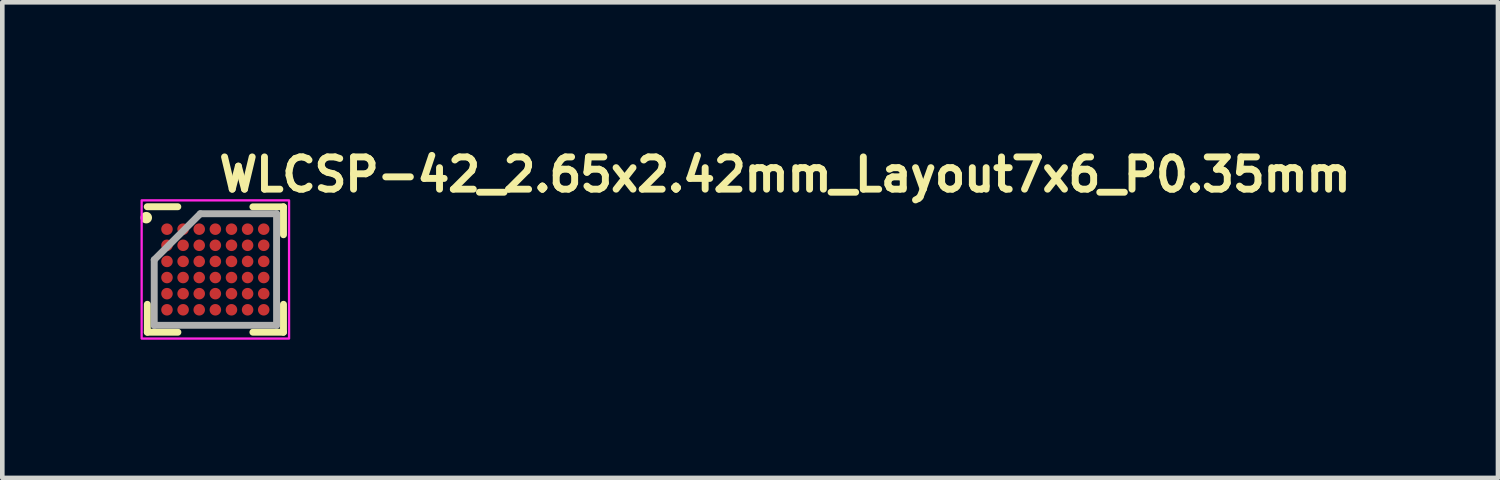
<source format=kicad_pcb>
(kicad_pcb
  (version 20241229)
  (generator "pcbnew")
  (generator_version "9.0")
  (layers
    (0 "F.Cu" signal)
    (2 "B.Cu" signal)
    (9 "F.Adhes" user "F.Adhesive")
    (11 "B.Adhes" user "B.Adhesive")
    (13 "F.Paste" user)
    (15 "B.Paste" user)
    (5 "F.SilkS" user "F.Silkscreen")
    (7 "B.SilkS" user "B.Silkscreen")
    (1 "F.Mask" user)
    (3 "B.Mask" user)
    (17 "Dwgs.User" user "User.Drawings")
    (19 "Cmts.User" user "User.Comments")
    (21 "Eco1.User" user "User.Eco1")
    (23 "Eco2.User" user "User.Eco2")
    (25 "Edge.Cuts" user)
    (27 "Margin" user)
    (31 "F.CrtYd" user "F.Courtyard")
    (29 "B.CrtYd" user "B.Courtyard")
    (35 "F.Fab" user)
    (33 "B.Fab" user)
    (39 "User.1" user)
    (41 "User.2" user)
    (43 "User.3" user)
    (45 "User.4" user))
  (footprint "WLCSP-42_2.65x2.42mm_Layout7x6_P0.35mm"
    (layer "F.Cu")
    (at 1.625 2.8)
    (property "Reference" "WLCSP-42_2.65x2.42mm_Layout7x6_P0.35mm" (at 0.001 -1.65 0) (layer "F.SilkS") (effects (font (size 0.7 0.7) (thickness 0.15)) (justify left bottom)))
    (attr smd)
    (fp_line (start -1.477 1.362) (end -1.477 0.756) (stroke (width 0.15) (type solid)) (layer "F.SilkS"))
    (fp_line (start -0.815 -1.362) (end -1.479 -1.362) (stroke (width 0.15) (type solid)) (layer "F.SilkS"))
    (fp_line (start -0.813 1.362) (end -1.477 1.362) (stroke (width 0.15) (type solid)) (layer "F.SilkS"))
    (fp_line (start 0.815 -1.36) (end 1.479 -1.36) (stroke (width 0.15) (type solid)) (layer "F.SilkS"))
    (fp_line (start 0.815 1.362) (end 1.479 1.362) (stroke (width 0.15) (type solid)) (layer "F.SilkS"))
    (fp_line (start 1.479 -1.36) (end 1.479 -0.754) (stroke (width 0.15) (type solid)) (layer "F.SilkS"))
    (fp_line (start 1.479 1.362) (end 1.479 0.756) (stroke (width 0.15) (type solid)) (layer "F.SilkS"))
    (fp_circle (center -1.5 -1.125) (end -1.45 -1.125) (stroke (width 0.15) (type solid)) (fill yes) (layer "F.SilkS"))
    (fp_rect (start -1.6 -1.5) (end 1.6 1.5) (stroke (width 0.05) (type solid)) (fill no) (layer "F.CrtYd"))
    (fp_line (start -1.327 -0.21) (end -1.327 1.212) (stroke (width 0.15) (type solid)) (layer "F.Fab"))
    (fp_line (start -1.327 1.212) (end 1.329 1.212) (stroke (width 0.15) (type solid)) (layer "F.Fab"))
    (fp_line (start -0.327 -1.21) (end -1.327 -0.21) (stroke (width 0.15) (type solid)) (layer "F.Fab"))
    (fp_line (start 1.329 -1.21) (end -0.327 -1.21) (stroke (width 0.15) (type solid)) (layer "F.Fab"))
    (fp_line (start 1.329 1.212) (end 1.329 -1.21) (stroke (width 0.15) (type solid)) (layer "F.Fab"))
    (fp_rect (start -1.327 -1.211) (end 1.328 1.211) (stroke (width 0.1) (type solid)) (fill no) (layer "User.5"))
    (fp_line (start -1.327 -1.211) (end -1.327 1.211) (stroke (width 0.02) (type solid)) (layer "User.9"))
    (fp_line (start -1.327 1.211) (end 1.328 1.211) (stroke (width 0.02) (type solid)) (layer "User.9"))
    (fp_line (start 1.328 -1.211) (end -1.327 -1.211) (stroke (width 0.02) (type solid)) (layer "User.9"))
    (fp_line (start 1.328 1.211) (end 1.328 -1.211) (stroke (width 0.02) (type solid)) (layer "User.9"))
    (pad "A1" smd circle (at -1.05 -0.875) (size 0.25 0.25) (layers "F.Cu" "F.Mask" "F.Paste"))
    (pad "A2" smd circle (at -0.7 -0.875) (size 0.25 0.25) (layers "F.Cu" "F.Mask" "F.Paste"))
    (pad "A3" smd circle (at -0.35 -0.875) (size 0.25 0.25) (layers "F.Cu" "F.Mask" "F.Paste"))
    (pad "A4" smd circle (at 0 -0.875) (size 0.25 0.25) (layers "F.Cu" "F.Mask" "F.Paste"))
    (pad "A5" smd circle (at 0.35 -0.875) (size 0.25 0.25) (layers "F.Cu" "F.Mask" "F.Paste"))
    (pad "A6" smd circle (at 0.7 -0.875) (size 0.25 0.25) (layers "F.Cu" "F.Mask" "F.Paste"))
    (pad "A7" smd circle (at 1.05 -0.875) (size 0.25 0.25) (layers "F.Cu" "F.Mask" "F.Paste"))
    (pad "B1" smd circle (at -1.05 -0.525) (size 0.25 0.25) (layers "F.Cu" "F.Mask" "F.Paste"))
    (pad "B2" smd circle (at -0.7 -0.525) (size 0.25 0.25) (layers "F.Cu" "F.Mask" "F.Paste"))
    (pad "B3" smd circle (at -0.35 -0.525) (size 0.25 0.25) (layers "F.Cu" "F.Mask" "F.Paste"))
    (pad "B4" smd circle (at 0 -0.525) (size 0.25 0.25) (layers "F.Cu" "F.Mask" "F.Paste"))
    (pad "B5" smd circle (at 0.35 -0.525) (size 0.25 0.25) (layers "F.Cu" "F.Mask" "F.Paste"))
    (pad "B6" smd circle (at 0.7 -0.525) (size 0.25 0.25) (layers "F.Cu" "F.Mask" "F.Paste"))
    (pad "B7" smd circle (at 1.05 -0.525) (size 0.25 0.25) (layers "F.Cu" "F.Mask" "F.Paste"))
    (pad "C1" smd circle (at -1.05 -0.175) (size 0.25 0.25) (layers "F.Cu" "F.Mask" "F.Paste"))
    (pad "C2" smd circle (at -0.7 -0.175) (size 0.25 0.25) (layers "F.Cu" "F.Mask" "F.Paste"))
    (pad "C3" smd circle (at -0.35 -0.175) (size 0.25 0.25) (layers "F.Cu" "F.Mask" "F.Paste"))
    (pad "C4" smd circle (at 0 -0.175) (size 0.25 0.25) (layers "F.Cu" "F.Mask" "F.Paste"))
    (pad "C5" smd circle (at 0.35 -0.175) (size 0.25 0.25) (layers "F.Cu" "F.Mask" "F.Paste"))
    (pad "C6" smd circle (at 0.7 -0.175) (size 0.25 0.25) (layers "F.Cu" "F.Mask" "F.Paste"))
    (pad "C7" smd circle (at 1.05 -0.175) (size 0.25 0.25) (layers "F.Cu" "F.Mask" "F.Paste"))
    (pad "D1" smd circle (at -1.05 0.175) (size 0.25 0.25) (layers "F.Cu" "F.Mask" "F.Paste"))
    (pad "D2" smd circle (at -0.7 0.175) (size 0.25 0.25) (layers "F.Cu" "F.Mask" "F.Paste"))
    (pad "D3" smd circle (at -0.35 0.175) (size 0.25 0.25) (layers "F.Cu" "F.Mask" "F.Paste"))
    (pad "D4" smd circle (at 0 0.175) (size 0.25 0.25) (layers "F.Cu" "F.Mask" "F.Paste"))
    (pad "D5" smd circle (at 0.35 0.175) (size 0.25 0.25) (layers "F.Cu" "F.Mask" "F.Paste"))
    (pad "D6" smd circle (at 0.7 0.175) (size 0.25 0.25) (layers "F.Cu" "F.Mask" "F.Paste"))
    (pad "D7" smd circle (at 1.05 0.175) (size 0.25 0.25) (layers "F.Cu" "F.Mask" "F.Paste"))
    (pad "E1" smd circle (at -1.05 0.525) (size 0.25 0.25) (layers "F.Cu" "F.Mask" "F.Paste"))
    (pad "E2" smd circle (at -0.7 0.525) (size 0.25 0.25) (layers "F.Cu" "F.Mask" "F.Paste"))
    (pad "E3" smd circle (at -0.35 0.525) (size 0.25 0.25) (layers "F.Cu" "F.Mask" "F.Paste"))
    (pad "E4" smd circle (at 0 0.525) (size 0.25 0.25) (layers "F.Cu" "F.Mask" "F.Paste"))
    (pad "E5" smd circle (at 0.35 0.525) (size 0.25 0.25) (layers "F.Cu" "F.Mask" "F.Paste"))
    (pad "E6" smd circle (at 0.7 0.525) (size 0.25 0.25) (layers "F.Cu" "F.Mask" "F.Paste"))
    (pad "E7" smd circle (at 1.05 0.525) (size 0.25 0.25) (layers "F.Cu" "F.Mask" "F.Paste"))
    (pad "F1" smd circle (at -1.05 0.875) (size 0.25 0.25) (layers "F.Cu" "F.Mask" "F.Paste"))
    (pad "F2" smd circle (at -0.7 0.875) (size 0.25 0.25) (layers "F.Cu" "F.Mask" "F.Paste"))
    (pad "F3" smd circle (at -0.35 0.875) (size 0.25 0.25) (layers "F.Cu" "F.Mask" "F.Paste"))
    (pad "F4" smd circle (at 0 0.875) (size 0.25 0.25) (layers "F.Cu" "F.Mask" "F.Paste"))
    (pad "F5" smd circle (at 0.35 0.875) (size 0.25 0.25) (layers "F.Cu" "F.Mask" "F.Paste"))
    (pad "F6" smd circle (at 0.7 0.875) (size 0.25 0.25) (layers "F.Cu" "F.Mask" "F.Paste"))
    (pad "F7" smd circle (at 1.05 0.875) (size 0.25 0.25) (layers "F.Cu" "F.Mask" "F.Paste")))
  (gr_rect
    (start -3 -3)
    (end 29.469 7.325)
    (stroke (width 0.1) (type default))
    (fill no)
    (layer "Edge.Cuts")))
</source>
